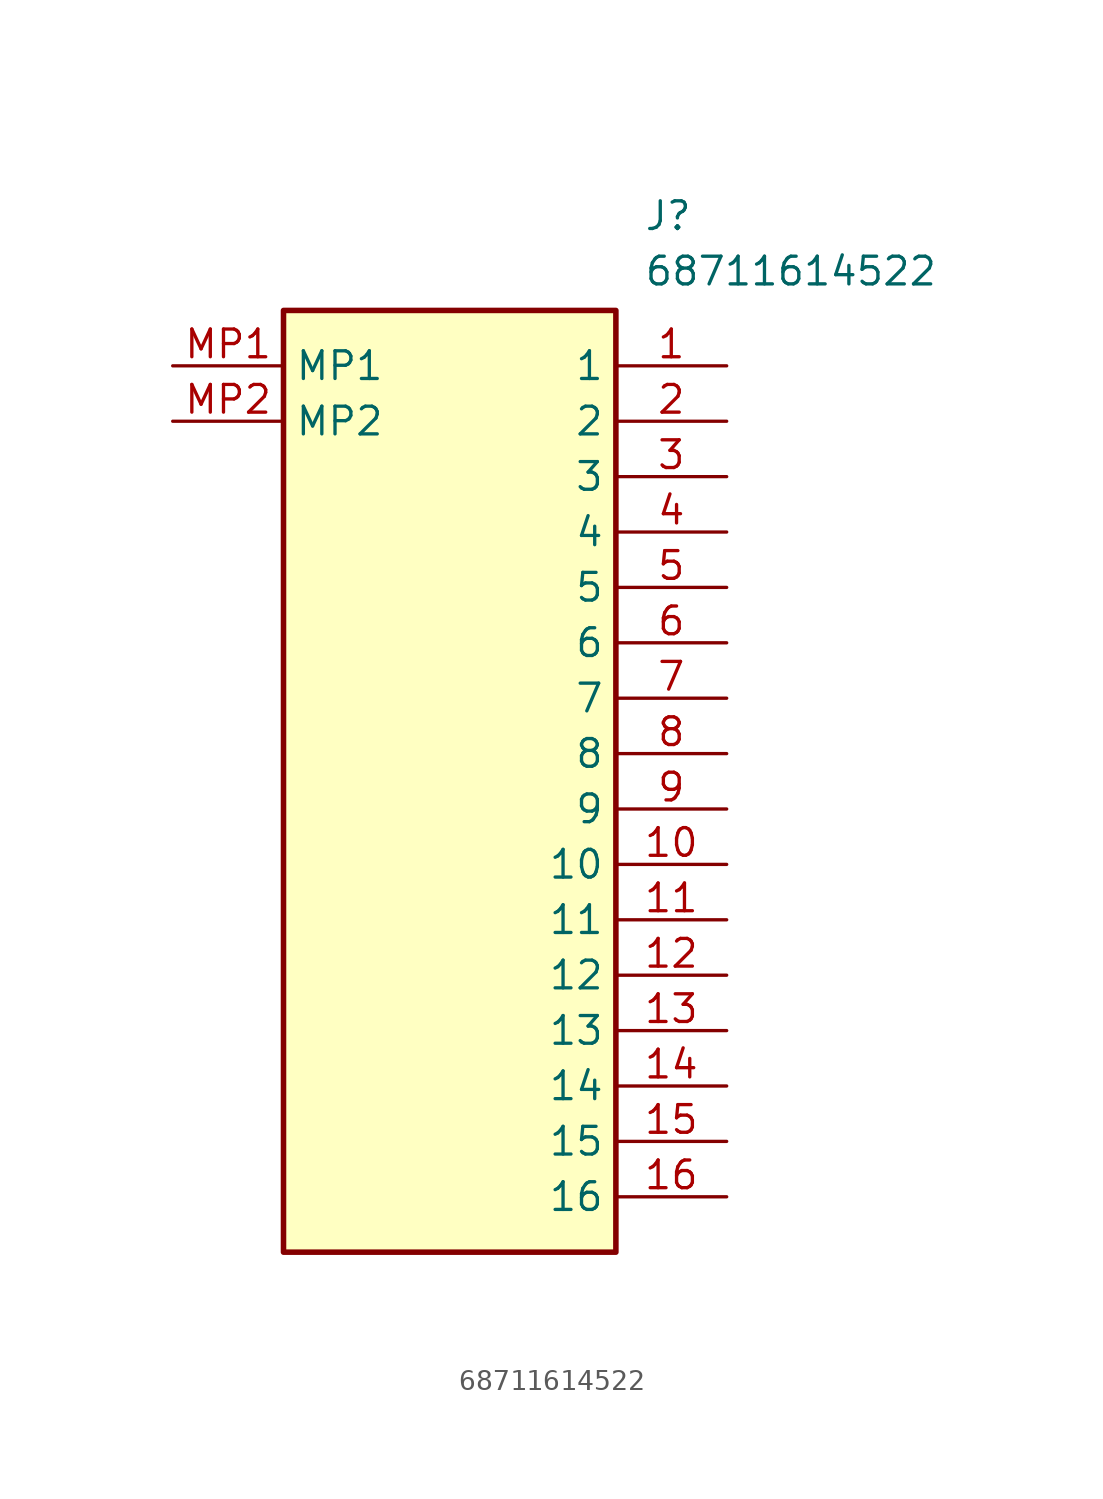
<source format=kicad_sym>
(kicad_symbol_lib
  (version 20211014)
  (generator SamacSys_ECAD_Model)
  (symbol "68711614522"
    (property "Reference" "J"
      (at 21.59 7.62 0)
      (effects (font (size 1.27 1.27)) (justify left top)))
    (property "Value" "68711614522"
      (at 21.59 5.08 0)
      (effects (font (size 1.27 1.27)) (justify left top)))
    (rectangle
      (start 5.08 2.54)
      (end 20.32 -40.64)
      (stroke (width 0.254) (type default))
      (fill (type background)))
    (pin passive line
      (at 25.4 0 180)
      (length 5.08)
      (name "1" (effects (font (size 1.27 1.27))))
      (number "1" (effects (font (size 1.27 1.27)))))
    (pin passive line
      (at 25.4 -2.54 180)
      (length 5.08)
      (name "2" (effects (font (size 1.27 1.27))))
      (number "2" (effects (font (size 1.27 1.27)))))
    (pin passive line
      (at 25.4 -5.08 180)
      (length 5.08)
      (name "3" (effects (font (size 1.27 1.27))))
      (number "3" (effects (font (size 1.27 1.27)))))
    (pin passive line
      (at 25.4 -7.62 180)
      (length 5.08)
      (name "4" (effects (font (size 1.27 1.27))))
      (number "4" (effects (font (size 1.27 1.27)))))
    (pin passive line
      (at 25.4 -10.16 180)
      (length 5.08)
      (name "5" (effects (font (size 1.27 1.27))))
      (number "5" (effects (font (size 1.27 1.27)))))
    (pin passive line
      (at 25.4 -12.7 180)
      (length 5.08)
      (name "6" (effects (font (size 1.27 1.27))))
      (number "6" (effects (font (size 1.27 1.27)))))
    (pin passive line
      (at 25.4 -15.24 180)
      (length 5.08)
      (name "7" (effects (font (size 1.27 1.27))))
      (number "7" (effects (font (size 1.27 1.27)))))
    (pin passive line
      (at 25.4 -17.78 180)
      (length 5.08)
      (name "8" (effects (font (size 1.27 1.27))))
      (number "8" (effects (font (size 1.27 1.27)))))
    (pin passive line
      (at 25.4 -20.32 180)
      (length 5.08)
      (name "9" (effects (font (size 1.27 1.27))))
      (number "9" (effects (font (size 1.27 1.27)))))
    (pin passive line
      (at 25.4 -22.86 180)
      (length 5.08)
      (name "10" (effects (font (size 1.27 1.27))))
      (number "10" (effects (font (size 1.27 1.27)))))
    (pin passive line
      (at 25.4 -25.4 180)
      (length 5.08)
      (name "11" (effects (font (size 1.27 1.27))))
      (number "11" (effects (font (size 1.27 1.27)))))
    (pin passive line
      (at 25.4 -27.94 180)
      (length 5.08)
      (name "12" (effects (font (size 1.27 1.27))))
      (number "12" (effects (font (size 1.27 1.27)))))
    (pin passive line
      (at 25.4 -30.48 180)
      (length 5.08)
      (name "13" (effects (font (size 1.27 1.27))))
      (number "13" (effects (font (size 1.27 1.27)))))
    (pin passive line
      (at 25.4 -33.02 180)
      (length 5.08)
      (name "14" (effects (font (size 1.27 1.27))))
      (number "14" (effects (font (size 1.27 1.27)))))
    (pin passive line
      (at 25.4 -35.56 180)
      (length 5.08)
      (name "15" (effects (font (size 1.27 1.27))))
      (number "15" (effects (font (size 1.27 1.27)))))
    (pin passive line
      (at 25.4 -38.1 180)
      (length 5.08)
      (name "16" (effects (font (size 1.27 1.27))))
      (number "16" (effects (font (size 1.27 1.27)))))
    (pin passive line
      (at 0 0 0)
      (length 5.08)
      (name "MP1" (effects (font (size 1.27 1.27))))
      (number "MP1" (effects (font (size 1.27 1.27)))))
    (pin passive line
      (at 0 -2.54 0)
      (length 5.08)
      (name "MP2" (effects (font (size 1.27 1.27))))
      (number "MP2" (effects (font (size 1.27 1.27)))))))
</source>
